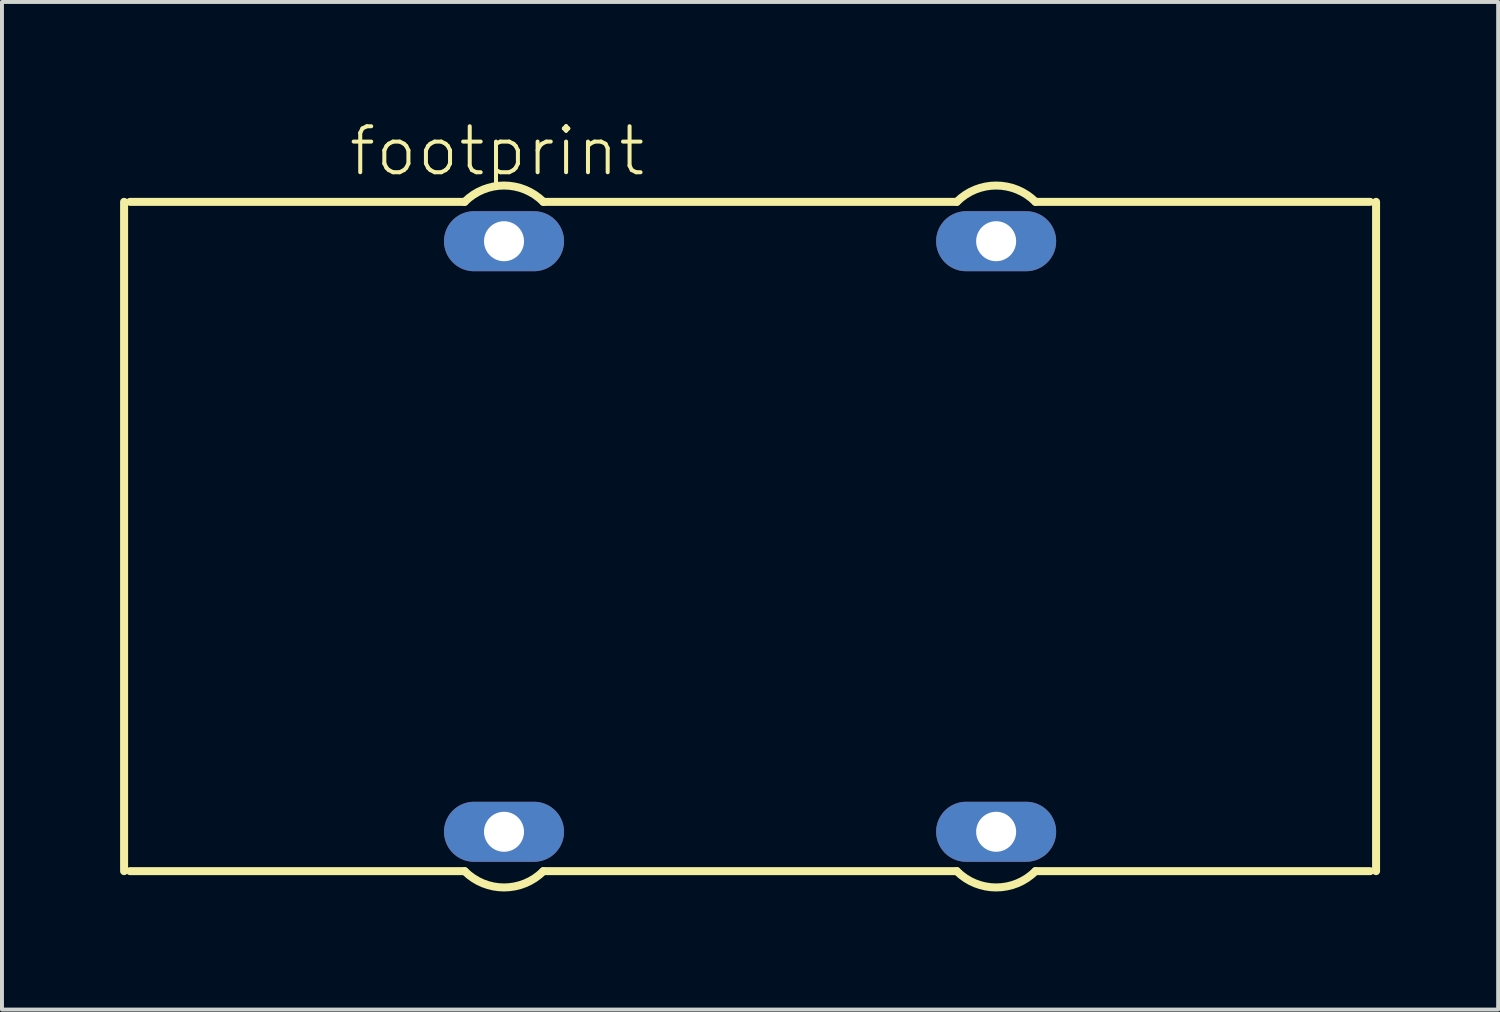
<source format=kicad_pcb>
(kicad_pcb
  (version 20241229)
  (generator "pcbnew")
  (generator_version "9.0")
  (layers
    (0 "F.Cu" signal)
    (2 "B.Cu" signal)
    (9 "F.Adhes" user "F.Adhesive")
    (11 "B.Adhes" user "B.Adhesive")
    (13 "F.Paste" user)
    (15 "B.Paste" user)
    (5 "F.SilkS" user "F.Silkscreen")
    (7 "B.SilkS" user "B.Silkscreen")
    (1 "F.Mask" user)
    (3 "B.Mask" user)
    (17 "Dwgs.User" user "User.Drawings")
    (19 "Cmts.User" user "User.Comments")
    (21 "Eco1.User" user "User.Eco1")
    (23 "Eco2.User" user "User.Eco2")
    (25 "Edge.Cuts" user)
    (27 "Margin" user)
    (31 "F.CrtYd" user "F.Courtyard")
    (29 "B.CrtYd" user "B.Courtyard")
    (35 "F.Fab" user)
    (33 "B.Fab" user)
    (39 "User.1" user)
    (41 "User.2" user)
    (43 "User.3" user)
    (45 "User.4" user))
  (footprint "footprint"
    (layer "F.Cu")
    (at 16.002 10.577)
    (property "Reference" "footprint" (at -10.247 -9.104 0) (layer "F.SilkS") (effects (font (size 1.168 1.168) (thickness 0.102)) (justify left bottom)))
    (fp_line (start -15.9 8.5) (end -15.9 -8.5) (stroke (width 0.203) (type solid)) (layer "F.SilkS"))
    (fp_line (start -15.75 -8.5) (end -7.25 -8.5) (stroke (width 0.203) (type solid)) (layer "F.SilkS"))
    (fp_line (start -7.25 8.5) (end -15.75 8.5) (stroke (width 0.203) (type solid)) (layer "F.SilkS"))
    (fp_line (start -5.25 -8.5) (end 5.25 -8.5) (stroke (width 0.203) (type solid)) (layer "F.SilkS"))
    (fp_line (start 5.25 8.5) (end -5.25 8.5) (stroke (width 0.203) (type solid)) (layer "F.SilkS"))
    (fp_line (start 7.25 -8.5) (end 15.75 -8.5) (stroke (width 0.203) (type solid)) (layer "F.SilkS"))
    (fp_line (start 15.75 8.5) (end 7.25 8.5) (stroke (width 0.203) (type solid)) (layer "F.SilkS"))
    (fp_line (start 15.9 -8.5) (end 15.9 8.5) (stroke (width 0.203) (type solid)) (layer "F.SilkS"))
    (fp_arc (start -7.25 -8.5) (mid -6.25 -8.914214) (end -5.25 -8.5) (stroke (width 0.2032) (type solid)) (layer "F.SilkS"))
    (fp_arc (start -5.25 8.5) (mid -6.25 8.914214) (end -7.25 8.5) (stroke (width 0.2032) (type solid)) (layer "F.SilkS"))
    (fp_arc (start 5.25 -8.5) (mid 6.25 -8.914214) (end 7.25 -8.5) (stroke (width 0.2032) (type solid)) (layer "F.SilkS"))
    (fp_arc (start 7.25 8.5) (mid 6.25 8.914214) (end 5.25 8.5) (stroke (width 0.2032) (type solid)) (layer "F.SilkS"))
    (pad "1" thru_hole oval (at -6.25 -7.5) (size 3.048 1.524) (drill 1.016) (layers "*.Cu" "*.Mask"))
    (pad "2" thru_hole oval (at -6.25 7.5) (size 3.048 1.524) (drill 1.016) (layers "*.Cu" "*.Mask"))
    (pad "3" thru_hole oval (at 6.25 7.5) (size 3.048 1.524) (drill 1.016) (layers "*.Cu" "*.Mask"))
    (pad "4" thru_hole oval (at 6.25 -7.5) (size 3.048 1.524) (drill 1.016) (layers "*.Cu" "*.Mask")))
  (gr_rect
    (start -3 -3)
    (end 35.003 22.593)
    (stroke (width 0.1) (type default))
    (fill no)
    (layer "Edge.Cuts")))
</source>
